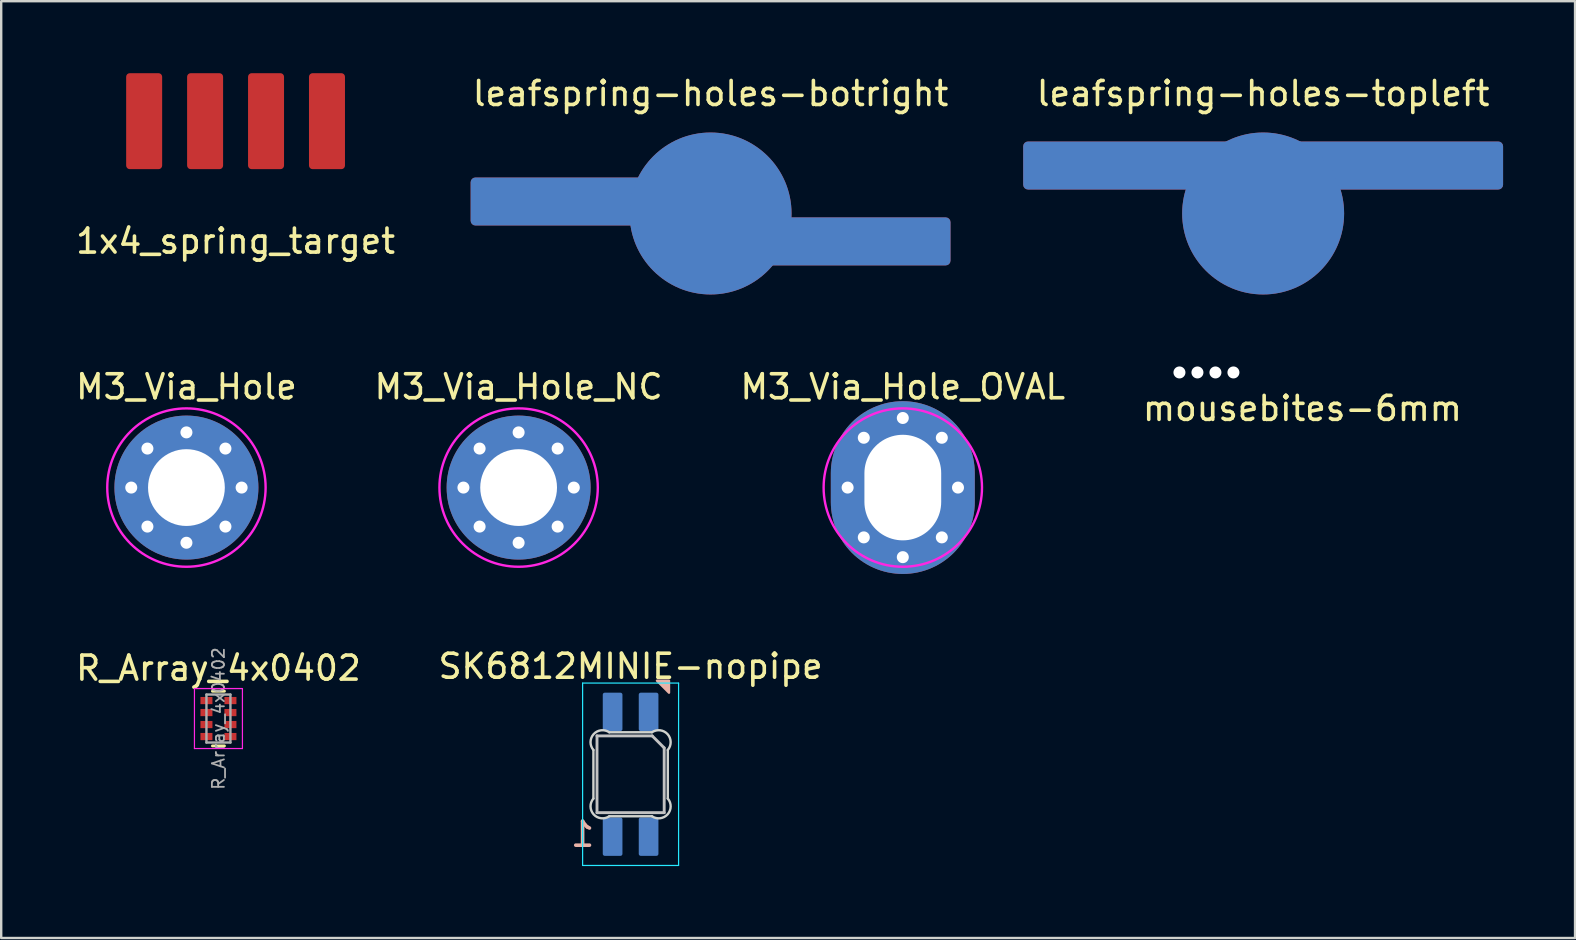
<source format=kicad_pcb>
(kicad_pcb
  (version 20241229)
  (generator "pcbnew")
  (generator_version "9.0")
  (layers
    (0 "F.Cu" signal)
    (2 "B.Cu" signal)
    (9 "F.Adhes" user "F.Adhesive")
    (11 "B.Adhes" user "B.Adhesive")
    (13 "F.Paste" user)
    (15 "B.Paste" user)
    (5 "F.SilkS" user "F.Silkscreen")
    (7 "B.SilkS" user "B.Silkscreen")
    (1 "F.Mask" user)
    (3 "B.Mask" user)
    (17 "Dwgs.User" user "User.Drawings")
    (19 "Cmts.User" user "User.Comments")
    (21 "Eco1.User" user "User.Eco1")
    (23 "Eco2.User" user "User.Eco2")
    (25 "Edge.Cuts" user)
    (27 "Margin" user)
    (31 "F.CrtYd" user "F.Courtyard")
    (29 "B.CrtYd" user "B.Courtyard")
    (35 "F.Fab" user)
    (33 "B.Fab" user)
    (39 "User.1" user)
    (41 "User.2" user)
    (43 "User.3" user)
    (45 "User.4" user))
  (footprint "M3_Via_Hole"
    (layer "F.Cu")
    (at 4.72 17.271)
    (property "Reference" "M3_Via_Hole" (at 0 -4.2 0) (layer "F.SilkS") (effects (font (size 1 1) (thickness 0.15))))
    (attr exclude_from_pos_files exclude_from_bom)
    (fp_circle (center 0 0) (end 3.3 0) (stroke (width 0.1) (type solid)) (fill no) (layer "F.CrtYd"))
    (pad "1" thru_hole circle (at -2.3 0) (size 0.8 0.8) (drill 0.5) (layers "*.Cu" "F.Mask"))
    (pad "1" thru_hole circle (at -1.626 -1.626) (size 0.8 0.8) (drill 0.5) (layers "*.Cu" "F.Mask"))
    (pad "1" thru_hole circle (at -1.626 1.626) (size 0.8 0.8) (drill 0.5) (layers "*.Cu" "F.Mask"))
    (pad "1" thru_hole circle (at 0 -2.3) (size 0.8 0.8) (drill 0.5) (layers "*.Cu" "F.Mask"))
    (pad "1" thru_hole circle (at 0 0) (size 6 6) (drill 3.2) (layers "*.Cu" "*.Mask"))
    (pad "1" thru_hole circle (at 0 2.3) (size 0.8 0.8) (drill 0.5) (layers "*.Cu" "F.Mask"))
    (pad "1" thru_hole circle (at 1.626 -1.626) (size 0.8 0.8) (drill 0.5) (layers "*.Cu" "F.Mask"))
    (pad "1" thru_hole circle (at 1.626 1.626) (size 0.8 0.8) (drill 0.5) (layers "*.Cu" "F.Mask"))
    (pad "1" thru_hole circle (at 2.3 0) (size 0.8 0.8) (drill 0.5) (layers "*.Cu" "F.Mask")))
  (footprint "1x4_spring_target"
    (layer "F.Cu")
    (at 6.768 2)
    (property "Reference" "1x4_spring_target" (at 0 5 0) (layer "F.SilkS") (effects (font (size 1 1) (thickness 0.15))))
    (attr through_hole)
    (pad "1" smd roundrect (at -3.81 0) (size 1.5 4) (layers "F.Cu" "F.Mask" "F.Paste") (roundrect_rratio 0.1))
    (pad "2" smd roundrect (at -1.27 0) (size 1.5 4) (layers "F.Cu" "F.Mask" "F.Paste") (roundrect_rratio 0.1))
    (pad "3" smd roundrect (at 1.27 0) (size 1.5 4) (layers "F.Cu" "F.Mask" "F.Paste") (roundrect_rratio 0.1))
    (pad "4" smd roundrect (at 3.81 0) (size 1.5 4) (layers "F.Cu" "F.Mask" "F.Paste") (roundrect_rratio 0.1)))
  (footprint "leafspring-holes-topleft"
    (layer "F.Cu")
    (at 49.595 5.848)
    (property "Reference" "leafspring-holes-topleft" (at 0 -5 0) (layer "F.SilkS") (effects (font (size 1 1) (thickness 0.15))))
    (attr through_hole)
    (pad "" smd roundrect (at -5 -2) (size 10 2) (layers "F.Cu") (roundrect_rratio 0.1))
    (pad "" smd roundrect (at -5 -2) (size 10 2) (layers "B.Cu") (roundrect_rratio 0.1))
    (pad "" smd roundrect (at 5 -2) (size 10 2) (layers "F.Cu") (roundrect_rratio 0.1))
    (pad "" smd roundrect (at 5 -2) (size 10 2) (layers "B.Cu") (roundrect_rratio 0.1))
    (pad "1" smd circle (at 0 0) (size 6.75 6.75) (layers "F.Cu"))
    (pad "1" smd circle (at 0 0) (size 6.75 6.75) (layers "B.Cu")))
  (footprint "M3_Via_Hole_NC"
    (layer "F.Cu")
    (at 18.565 17.271)
    (property "Reference" "M3_Via_Hole_NC" (at 0 -4.2 0) (layer "F.SilkS") (effects (font (size 1 1) (thickness 0.15))))
    (attr exclude_from_pos_files exclude_from_bom)
    (fp_circle (center 0 0) (end 3.3 0) (stroke (width 0.1) (type solid)) (fill no) (layer "F.CrtYd"))
    (pad "1" thru_hole circle (at -2.3 0) (size 0.8 0.8) (drill 0.5) (layers "*.Cu" "F.Mask"))
    (pad "1" thru_hole circle (at -1.626 -1.626) (size 0.8 0.8) (drill 0.5) (layers "*.Cu" "F.Mask"))
    (pad "1" thru_hole circle (at -1.626 1.626) (size 0.8 0.8) (drill 0.5) (layers "*.Cu" "F.Mask"))
    (pad "1" thru_hole circle (at 0 -2.3) (size 0.8 0.8) (drill 0.5) (layers "*.Cu" "F.Mask"))
    (pad "1" thru_hole circle (at 0 0) (size 6 6) (drill 3.2) (layers "*.Cu" "F.Mask"))
    (pad "1" thru_hole circle (at 0 2.3) (size 0.8 0.8) (drill 0.5) (layers "*.Cu" "F.Mask"))
    (pad "1" thru_hole circle (at 1.626 -1.626) (size 0.8 0.8) (drill 0.5) (layers "*.Cu" "F.Mask"))
    (pad "1" thru_hole circle (at 1.626 1.626) (size 0.8 0.8) (drill 0.5) (layers "*.Cu" "F.Mask"))
    (pad "1" thru_hole circle (at 2.3 0) (size 0.8 0.8) (drill 0.5) (layers "*.Cu" "F.Mask")))
  (footprint "SK6812MINIE-nopipe"
    (layer "F.Cu")
    (at 23.232 29.22)
    (property "Reference" "SK6812MINIE-nopipe" (at 0 -4.5 180) (layer "F.SilkS") (effects (font (size 1 1) (thickness 0.15))))
    (attr smd)
    (fp_poly (pts (xy 1.1 -3.9) (xy 1.6 -3.4) (xy 1.6 -3.9)) (stroke (width 0.1) (type solid)) (fill yes) (layer "B.SilkS"))
    (fp_line (start -1.4 -1.6) (end -1.4 1.6) (stroke (width 0.12) (type solid)) (layer "Dwgs.User"))
    (fp_line (start -1.4 1.6) (end 1.4 1.6) (stroke (width 0.12) (type solid)) (layer "Dwgs.User"))
    (fp_line (start 0.9 -1.6) (end -1.4 -1.6) (stroke (width 0.12) (type solid)) (layer "Dwgs.User"))
    (fp_line (start 0.9 -1.6) (end 1.4 -1.1) (stroke (width 0.12) (type solid)) (layer "Dwgs.User"))
    (fp_line (start 1.4 1.6) (end 1.4 -1.1) (stroke (width 0.12) (type solid)) (layer "Dwgs.User"))
    (fp_line (start -1.55 1.012) (end -1.55 -1.012) (stroke (width 0.1) (type solid)) (layer "Edge.Cuts"))
    (fp_line (start -0.888 -1.75) (end 0.888 -1.75) (stroke (width 0.1) (type solid)) (layer "Edge.Cuts"))
    (fp_line (start 0.888 1.75) (end -0.888 1.75) (stroke (width 0.1) (type solid)) (layer "Edge.Cuts"))
    (fp_line (start 1.55 -1.012) (end 1.55 1.012) (stroke (width 0.1) (type solid)) (layer "Edge.Cuts"))
    (fp_arc (start -1.550001 -1.012193) (mid -1.541748 -1.670438) (end -0.888277 -1.75) (stroke (width 0.1) (type solid)) (layer "Edge.Cuts"))
    (fp_arc (start -0.888133 1.749902) (mid -1.541689 1.670503) (end -1.55 1.012194) (stroke (width 0.1) (type solid)) (layer "Edge.Cuts"))
    (fp_arc (start 0.888132 -1.749901) (mid 1.541688 -1.670504) (end 1.55 -1.012195) (stroke (width 0.1) (type solid)) (layer "Edge.Cuts"))
    (fp_arc (start 1.55 1.012195) (mid 1.541747 1.670438) (end 0.888277 1.75) (stroke (width 0.1) (type solid)) (layer "Edge.Cuts"))
    (fp_line (start -2 -3.8) (end -2 3.8) (stroke (width 0.05) (type solid)) (layer "B.CrtYd"))
    (fp_line (start -2 3.8) (end 2 3.8) (stroke (width 0.05) (type solid)) (layer "B.CrtYd"))
    (fp_line (start 2 -3.8) (end -2 -3.8) (stroke (width 0.05) (type solid)) (layer "B.CrtYd"))
    (fp_line (start 2 3.8) (end 2 -3.8) (stroke (width 0.05) (type solid)) (layer "B.CrtYd"))
    (fp_text user "1" (at -2 2.5 0) (layer "B.SilkS") (effects (font (size 1 1) (thickness 0.15)) (justify mirror)))
    (pad "1" smd roundrect (at -0.75 2.6) (size 0.82 1.6) (layers "B.Cu" "B.Mask" "B.Paste") (roundrect_rratio 0.1))
    (pad "2" smd roundrect (at 0.75 2.6) (size 0.82 1.6) (layers "B.Cu" "B.Mask" "B.Paste") (roundrect_rratio 0.1))
    (pad "3" smd roundrect (at 0.75 -2.6) (size 0.82 1.6) (layers "B.Cu" "B.Mask" "B.Paste") (roundrect_rratio 0.1))
    (pad "4" smd roundrect (at -0.75 -2.6) (size 0.82 1.6) (layers "B.Cu" "B.Mask" "B.Paste") (roundrect_rratio 0.1)))
  (footprint "mousebites-6mm"
    (layer "F.Cu")
    (at 47.232 12.473)
    (property "Reference" "mousebites-6mm" (at 4 1.5 180) (layer "F.SilkS") (effects (font (size 1 1) (thickness 0.15))))
    (attr through_hole)
    (pad "" np_thru_hole circle (at -1.125 0 90) (size 0.5 0.5) (drill 0.5) (layers "*.Cu" "*.Mask"))
    (pad "" np_thru_hole circle (at -0.375 0 90) (size 0.5 0.5) (drill 0.5) (layers "*.Cu" "*.Mask"))
    (pad "" np_thru_hole circle (at 0.375 0 90) (size 0.5 0.5) (drill 0.5) (layers "*.Cu" "*.Mask"))
    (pad "" np_thru_hole circle (at 1.125 0 90) (size 0.5 0.5) (drill 0.5) (layers "*.Cu" "*.Mask")))
  (footprint "R_Array_4x0402"
    (layer "F.Cu")
    (at 6.054 26.898)
    (property "Reference" "R_Array_4x0402" (at 0 -2.1 0) (layer "F.SilkS") (effects (font (size 1 1) (thickness 0.15))))
    (attr smd)
    (fp_line (start 0.25 -1.14) (end -0.25 -1.14) (stroke (width 0.12) (type solid)) (layer "F.SilkS"))
    (fp_line (start 0.25 1.14) (end -0.25 1.14) (stroke (width 0.12) (type solid)) (layer "F.SilkS"))
    (fp_line (start -1 -1.25) (end -1 1.25) (stroke (width 0.05) (type solid)) (layer "F.CrtYd"))
    (fp_line (start -1 -1.25) (end 1 -1.25) (stroke (width 0.05) (type solid)) (layer "F.CrtYd"))
    (fp_line (start 1 1.25) (end -1 1.25) (stroke (width 0.05) (type solid)) (layer "F.CrtYd"))
    (fp_line (start 1 1.25) (end 1 -1.25) (stroke (width 0.05) (type solid)) (layer "F.CrtYd"))
    (fp_line (start -0.5 -1) (end 0.5 -1) (stroke (width 0.1) (type solid)) (layer "F.Fab"))
    (fp_line (start -0.5 1) (end -0.5 -1) (stroke (width 0.1) (type solid)) (layer "F.Fab"))
    (fp_line (start 0.5 -1) (end 0.5 1) (stroke (width 0.1) (type solid)) (layer "F.Fab"))
    (fp_line (start 0.5 1) (end -0.5 1) (stroke (width 0.1) (type solid)) (layer "F.Fab"))
    (fp_text user "${REFERENCE}" (at 0 0 90) (layer "F.Fab") (effects (font (size 0.5 0.5) (thickness 0.075))))
    (pad "1" smd rect (at -0.5 -0.75) (size 0.5 0.3) (layers "F.Cu" "F.Mask" "F.Paste"))
    (pad "2" smd rect (at -0.5 -0.25) (size 0.5 0.3) (layers "F.Cu" "F.Mask" "F.Paste"))
    (pad "3" smd rect (at -0.5 0.25) (size 0.5 0.3) (layers "F.Cu" "F.Mask" "F.Paste"))
    (pad "4" smd rect (at -0.5 0.75) (size 0.5 0.3) (layers "F.Cu" "F.Mask" "F.Paste"))
    (pad "5" smd rect (at 0.5 0.75) (size 0.5 0.3) (layers "F.Cu" "F.Mask" "F.Paste"))
    (pad "6" smd rect (at 0.5 0.25) (size 0.5 0.3) (layers "F.Cu" "F.Mask" "F.Paste"))
    (pad "7" smd rect (at 0.5 -0.25) (size 0.5 0.3) (layers "F.Cu" "F.Mask" "F.Paste"))
    (pad "8" smd rect (at 0.5 -0.75) (size 0.5 0.3) (layers "F.Cu" "F.Mask" "F.Paste")))
  (footprint "leafspring-holes-botright"
    (layer "F.Cu")
    (at 26.565 5.848)
    (property "Reference" "leafspring-holes-botright" (at 0 -5 0) (layer "F.SilkS") (effects (font (size 1 1) (thickness 0.15))))
    (attr through_hole)
    (pad "" smd roundrect (at -5 -0.5) (size 10 2) (layers "F.Cu") (roundrect_rratio 0.1))
    (pad "" smd roundrect (at -5 -0.5) (size 10 2) (layers "B.Cu") (roundrect_rratio 0.1))
    (pad "" smd circle (at 0 0) (size 6.75 6.75) (layers "F.Cu"))
    (pad "" smd circle (at 0 0) (size 6.75 6.75) (layers "B.Cu"))
    (pad "" smd roundrect (at 5 1.163) (size 10 2) (layers "F.Cu") (roundrect_rratio 0.1))
    (pad "" smd roundrect (at 5 1.163) (size 10 2) (layers "B.Cu") (roundrect_rratio 0.1)))
  (footprint "M3_Via_Hole_OVAL"
    (layer "F.Cu")
    (at 34.577 17.271)
    (property "Reference" "M3_Via_Hole_OVAL" (at 0 -4.2 0) (layer "F.SilkS") (effects (font (size 1 1) (thickness 0.15))))
    (attr exclude_from_pos_files exclude_from_bom)
    (fp_circle (center 0 0) (end 3.3 0) (stroke (width 0.1) (type solid)) (fill no) (layer "F.CrtYd"))
    (pad "1" thru_hole circle (at -2.3 0) (size 0.8 0.8) (drill 0.5) (layers "*.Cu" "*.Mask"))
    (pad "1" thru_hole circle (at -1.626 -2.076) (size 0.8 0.8) (drill 0.5) (layers "*.Cu" "*.Mask"))
    (pad "1" thru_hole circle (at -1.626 2.076) (size 0.8 0.8) (drill 0.5) (layers "*.Cu" "*.Mask"))
    (pad "1" thru_hole circle (at 0 -2.9) (size 0.8 0.8) (drill 0.5) (layers "*.Cu" "*.Mask"))
    (pad "1" thru_hole oval (at 0 0) (size 6 7.2) (drill oval 3.2 4.4) (layers "*.Cu" "*.Mask"))
    (pad "1" thru_hole circle (at 0 2.9) (size 0.8 0.8) (drill 0.5) (layers "*.Cu" "*.Mask"))
    (pad "1" thru_hole circle (at 1.626 -2.076) (size 0.8 0.8) (drill 0.5) (layers "*.Cu" "*.Mask"))
    (pad "1" thru_hole circle (at 1.626 2.076) (size 0.8 0.8) (drill 0.5) (layers "*.Cu" "*.Mask"))
    (pad "1" thru_hole circle (at 2.3 0) (size 0.8 0.8) (drill 0.5) (layers "*.Cu" "*.Mask")))
  (gr_rect
    (start -3 -3)
    (end 62.595 36.045)
    (stroke (width 0.1) (type default))
    (fill no)
    (layer "Edge.Cuts")))
</source>
